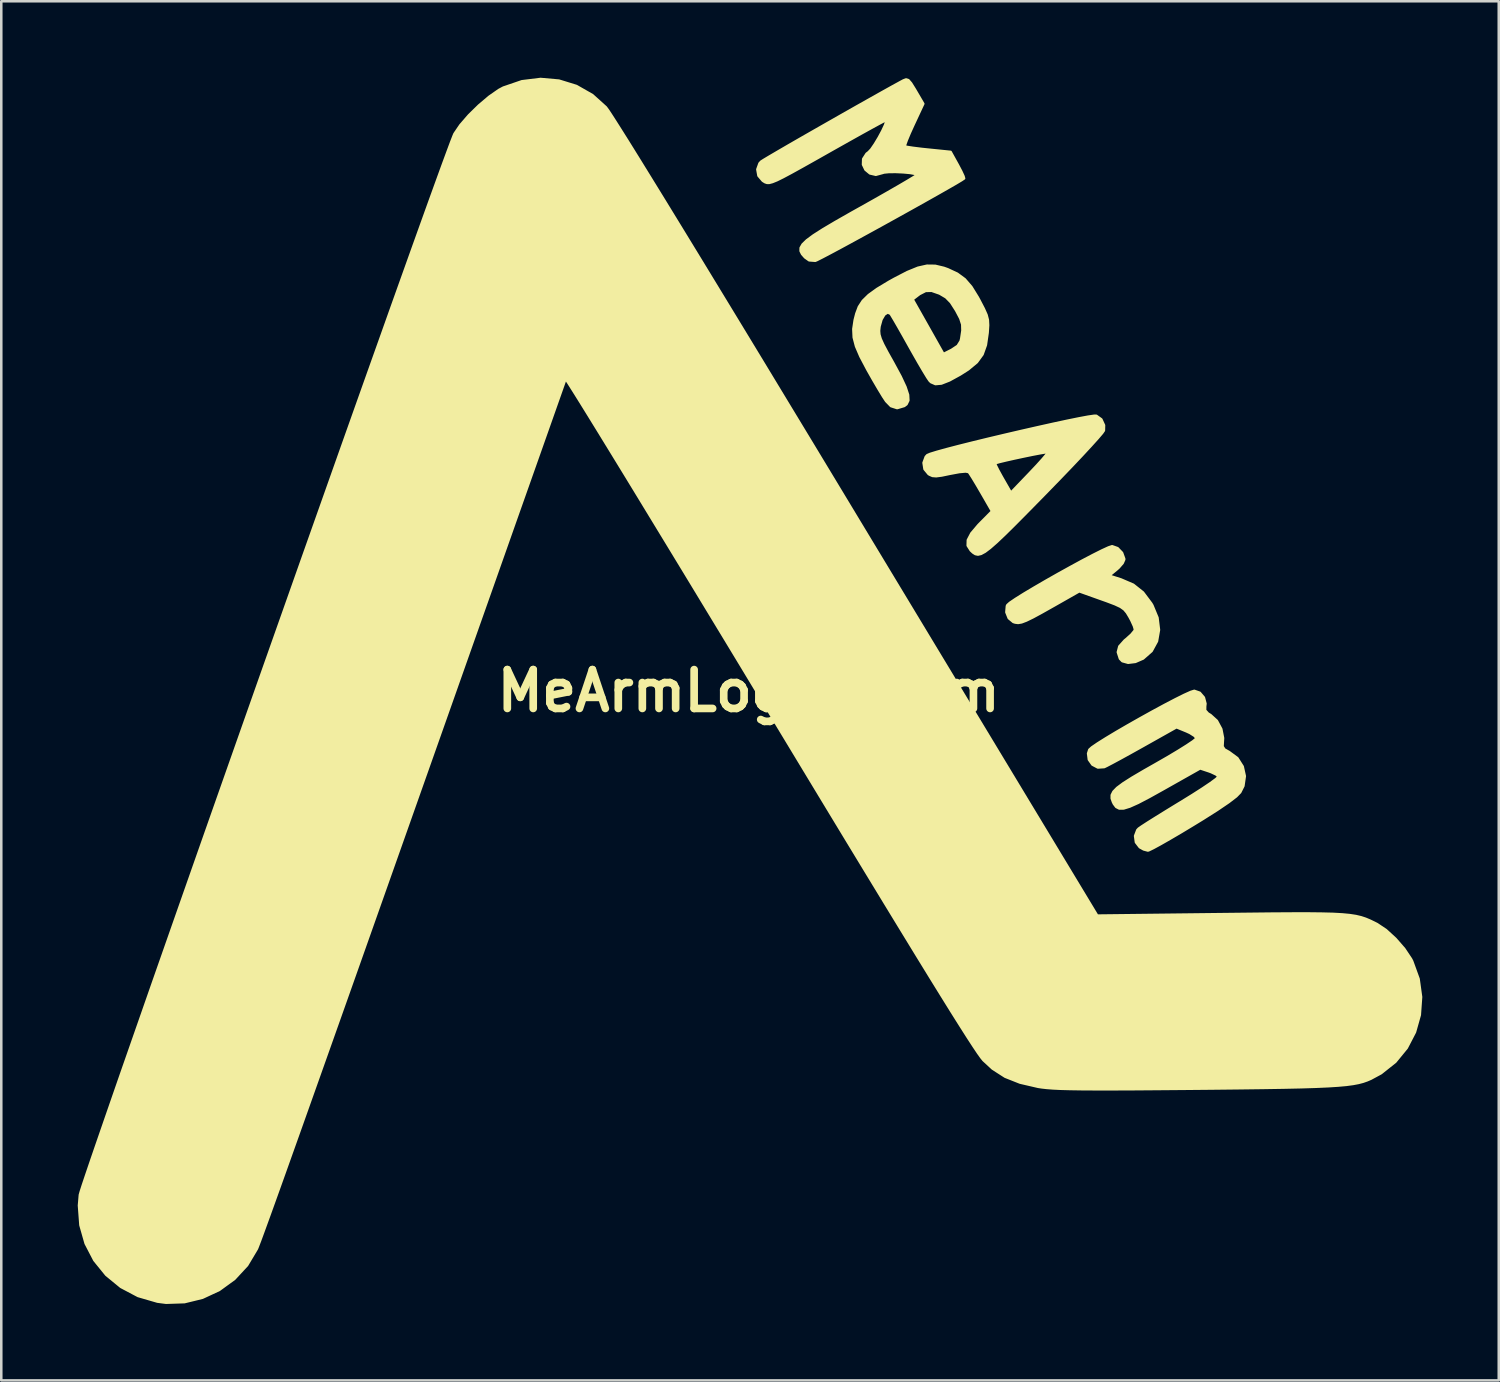
<source format=kicad_pcb>
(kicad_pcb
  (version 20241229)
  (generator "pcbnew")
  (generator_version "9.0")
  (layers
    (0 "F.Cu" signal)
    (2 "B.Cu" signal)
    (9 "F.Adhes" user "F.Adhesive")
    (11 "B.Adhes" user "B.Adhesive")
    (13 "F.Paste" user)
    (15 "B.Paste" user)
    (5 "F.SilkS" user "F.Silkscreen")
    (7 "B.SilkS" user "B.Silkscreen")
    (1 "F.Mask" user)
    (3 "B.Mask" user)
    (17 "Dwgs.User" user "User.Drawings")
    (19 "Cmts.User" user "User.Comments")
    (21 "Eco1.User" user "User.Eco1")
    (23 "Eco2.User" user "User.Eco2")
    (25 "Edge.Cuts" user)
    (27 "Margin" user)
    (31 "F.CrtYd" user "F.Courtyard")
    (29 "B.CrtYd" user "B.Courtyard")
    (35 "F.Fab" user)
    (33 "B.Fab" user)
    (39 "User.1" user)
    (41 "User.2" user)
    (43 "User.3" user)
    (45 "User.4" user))
  (footprint "MeArmLogo50mm"
    (layer "F.Cu")
    (at 26.325 24.056)
    (property "Reference" "MeArmLogo50mm" (at 0 0 0) (layer "F.SilkS") (effects (font (size 1.524 1.524) (thickness 0.3))))
    (attr through_hole)
    (fp_poly (pts (xy 16.095 -2.393) (xy 16.017 -1.947) (xy 15.807 -1.563) (xy 15.474 -1.27) (xy 15.172 -1.139) (xy 14.886 -1.104) (xy 14.661 -1.166) (xy 14.566 -1.264) (xy 14.484 -1.518) (xy 14.543 -1.746) (xy 14.752 -1.979) (xy 14.817 -2.032) (xy 15.011 -2.206) (xy 15.134 -2.354) (xy 15.155 -2.409) (xy 15.116 -2.542) (xy 15.017 -2.76) (xy 14.942 -2.9) (xy 14.84 -3.07) (xy 14.735 -3.195) (xy 14.591 -3.298) (xy 14.373 -3.4) (xy 14.046 -3.524) (xy 13.849 -3.594) (xy 12.969 -3.908) (xy 11.979 -3.345) (xy 11.503 -3.077) (xy 11.149 -2.885) (xy 10.892 -2.76) (xy 10.707 -2.69) (xy 10.57 -2.667) (xy 10.456 -2.681) (xy 10.382 -2.705) (xy 10.204 -2.853) (xy 10.111 -3.085) (xy 10.131 -3.326) (xy 10.15 -3.367) (xy 10.248 -3.455) (xy 10.472 -3.607) (xy 10.797 -3.811) (xy 11.2 -4.051) (xy 11.654 -4.315) (xy 12.137 -4.589) (xy 12.624 -4.859) (xy 13.089 -5.112) (xy 13.51 -5.333) (xy 13.861 -5.509) (xy 14.118 -5.627) (xy 14.256 -5.673) (xy 14.26 -5.673) (xy 14.472 -5.598) (xy 14.647 -5.416) (xy 14.731 -5.184) (xy 14.732 -5.152) (xy 14.671 -5.014) (xy 14.516 -4.835) (xy 14.435 -4.763) (xy 14.139 -4.519) (xy 14.602 -4.372) (xy 15.087 -4.164) (xy 15.469 -3.861) (xy 15.792 -3.43) (xy 15.837 -3.354) (xy 16.037 -2.871) (xy 16.095 -2.393)) (stroke (width 0.1) (type solid)) (fill yes) (layer "F.SilkS"))
    (fp_poly (pts (xy 13.94 -10.421) (xy 13.935 -10.216) (xy 13.866 -10.116) (xy 13.691 -9.911) (xy 13.423 -9.614) (xy 13.076 -9.239) (xy 12.662 -8.801) (xy 12.194 -8.314) (xy 11.744 -7.851) (xy 11.744 -9.364) (xy 11.743 -9.367) (xy 11.655 -9.361) (xy 11.441 -9.325) (xy 11.14 -9.268) (xy 10.791 -9.196) (xy 10.432 -9.119) (xy 10.103 -9.045) (xy 9.842 -8.982) (xy 9.689 -8.938) (xy 9.667 -8.928) (xy 9.692 -8.85) (xy 9.785 -8.662) (xy 9.927 -8.403) (xy 9.963 -8.34) (xy 10.287 -7.774) (xy 11.033 -8.552) (xy 11.311 -8.847) (xy 11.536 -9.097) (xy 11.687 -9.277) (xy 11.744 -9.364) (xy 11.744 -7.851) (xy 11.687 -7.792) (xy 11.578 -7.681) (xy 10.969 -7.061) (xy 10.466 -6.553) (xy 10.057 -6.148) (xy 9.729 -5.837) (xy 9.471 -5.611) (xy 9.271 -5.46) (xy 9.116 -5.376) (xy 8.994 -5.348) (xy 8.893 -5.369) (xy 8.802 -5.428) (xy 8.713 -5.511) (xy 8.593 -5.7) (xy 8.599 -5.917) (xy 8.737 -6.181) (xy 9.014 -6.508) (xy 9.097 -6.593) (xy 9.548 -7.048) (xy 9.127 -7.779) (xy 8.941 -8.097) (xy 8.781 -8.362) (xy 8.668 -8.538) (xy 8.632 -8.586) (xy 8.512 -8.609) (xy 8.26 -8.586) (xy 7.91 -8.521) (xy 7.908 -8.521) (xy 7.573 -8.451) (xy 7.356 -8.423) (xy 7.212 -8.434) (xy 7.096 -8.485) (xy 7.058 -8.509) (xy 6.899 -8.701) (xy 6.861 -8.949) (xy 6.947 -9.182) (xy 7.006 -9.247) (xy 7.123 -9.297) (xy 7.383 -9.377) (xy 7.763 -9.482) (xy 8.242 -9.607) (xy 8.797 -9.746) (xy 9.405 -9.894) (xy 10.046 -10.046) (xy 10.695 -10.197) (xy 11.333 -10.342) (xy 11.935 -10.476) (xy 12.479 -10.593) (xy 12.945 -10.688) (xy 13.309 -10.756) (xy 13.549 -10.791) (xy 13.637 -10.793) (xy 13.834 -10.652) (xy 13.94 -10.421)) (stroke (width 0.1) (type solid)) (fill yes) (layer "F.SilkS"))
    (fp_poly (pts (xy 9.392 -14.348) (xy 9.375 -14.076) (xy 9.372 -14.043) (xy 9.304 -13.569) (xy 9.173 -13.201) (xy 8.952 -12.897) (xy 8.614 -12.616) (xy 8.387 -12.471) (xy 8.387 -14.138) (xy 8.38 -14.377) (xy 8.305 -14.61) (xy 8.149 -14.907) (xy 8.133 -14.935) (xy 7.935 -15.244) (xy 7.742 -15.442) (xy 7.505 -15.582) (xy 7.479 -15.594) (xy 7.177 -15.699) (xy 6.941 -15.693) (xy 6.703 -15.571) (xy 6.623 -15.511) (xy 6.429 -15.362) (xy 7.035 -14.289) (xy 7.64 -13.215) (xy 7.965 -13.38) (xy 8.2 -13.537) (xy 8.317 -13.726) (xy 8.34 -13.822) (xy 8.387 -14.138) (xy 8.387 -12.471) (xy 8.297 -12.414) (xy 7.876 -12.183) (xy 7.56 -12.059) (xy 7.327 -12.038) (xy 7.153 -12.114) (xy 7.096 -12.171) (xy 7.012 -12.294) (xy 6.864 -12.536) (xy 6.669 -12.868) (xy 6.445 -13.261) (xy 6.308 -13.504) (xy 6.078 -13.915) (xy 5.872 -14.278) (xy 5.706 -14.565) (xy 5.596 -14.749) (xy 5.564 -14.798) (xy 5.449 -14.849) (xy 5.322 -14.764) (xy 5.208 -14.571) (xy 5.132 -14.3) (xy 5.129 -14.279) (xy 5.113 -14.126) (xy 5.125 -13.981) (xy 5.175 -13.811) (xy 5.276 -13.588) (xy 5.44 -13.279) (xy 5.67 -12.868) (xy 5.958 -12.336) (xy 6.15 -11.924) (xy 6.251 -11.616) (xy 6.263 -11.395) (xy 6.191 -11.246) (xy 6.102 -11.179) (xy 5.824 -11.096) (xy 5.582 -11.174) (xy 5.394 -11.367) (xy 5.275 -11.546) (xy 5.099 -11.836) (xy 4.888 -12.196) (xy 4.666 -12.588) (xy 4.652 -12.613) (xy 4.387 -13.115) (xy 4.213 -13.519) (xy 4.122 -13.867) (xy 4.107 -14.197) (xy 4.16 -14.549) (xy 4.224 -14.799) (xy 4.324 -15.066) (xy 4.478 -15.303) (xy 4.709 -15.53) (xy 5.041 -15.77) (xy 5.496 -16.044) (xy 5.715 -16.166) (xy 6.227 -16.431) (xy 6.641 -16.6) (xy 6.993 -16.679) (xy 7.319 -16.675) (xy 7.656 -16.595) (xy 7.809 -16.54) (xy 8.181 -16.367) (xy 8.476 -16.15) (xy 8.733 -15.853) (xy 8.989 -15.438) (xy 9.05 -15.325) (xy 9.224 -14.991) (xy 9.33 -14.752) (xy 9.381 -14.555) (xy 9.392 -14.348)) (stroke (width 0.1) (type solid)) (fill yes) (layer "F.SilkS"))
    (fp_poly (pts (xy 19.463 3.345) (xy 19.408 3.73) (xy 19.283 3.978) (xy 19.128 4.137) (xy 18.831 4.365) (xy 18.39 4.665) (xy 17.801 5.038) (xy 17.441 5.258) (xy 16.962 5.547) (xy 16.525 5.803) (xy 16.155 6.014) (xy 15.872 6.168) (xy 15.699 6.252) (xy 15.661 6.263) (xy 15.497 6.219) (xy 15.344 6.134) (xy 15.194 5.939) (xy 15.161 5.691) (xy 15.248 5.462) (xy 15.303 5.403) (xy 15.419 5.322) (xy 15.655 5.169) (xy 15.988 4.96) (xy 16.393 4.709) (xy 16.847 4.431) (xy 16.958 4.364) (xy 17.407 4.087) (xy 17.799 3.836) (xy 18.115 3.623) (xy 18.332 3.464) (xy 18.431 3.373) (xy 18.435 3.361) (xy 18.342 3.28) (xy 18.146 3.187) (xy 18.059 3.155) (xy 17.713 3.04) (xy 16.265 3.857) (xy 15.708 4.167) (xy 15.276 4.393) (xy 14.95 4.539) (xy 14.712 4.612) (xy 14.541 4.615) (xy 14.42 4.553) (xy 14.329 4.432) (xy 14.293 4.359) (xy 14.244 4.219) (xy 14.245 4.089) (xy 14.311 3.956) (xy 14.455 3.807) (xy 14.694 3.629) (xy 15.041 3.408) (xy 15.512 3.131) (xy 15.966 2.873) (xy 16.436 2.603) (xy 16.851 2.355) (xy 17.191 2.142) (xy 17.433 1.979) (xy 17.557 1.878) (xy 17.568 1.858) (xy 17.496 1.766) (xy 17.313 1.65) (xy 17.176 1.587) (xy 16.784 1.426) (xy 15.44 2.181) (xy 15.001 2.426) (xy 14.605 2.644) (xy 14.279 2.82) (xy 14.05 2.94) (xy 13.948 2.989) (xy 13.699 3.005) (xy 13.486 2.893) (xy 13.347 2.696) (xy 13.317 2.455) (xy 13.365 2.308) (xy 13.465 2.218) (xy 13.691 2.063) (xy 14.018 1.858) (xy 14.422 1.615) (xy 14.878 1.35) (xy 15.362 1.076) (xy 15.85 0.805) (xy 16.316 0.553) (xy 16.737 0.333) (xy 17.088 0.158) (xy 17.344 0.043) (xy 17.481 0.000013) (xy 17.483 0) (xy 17.697 0.075) (xy 17.857 0.261) (xy 17.92 0.501) (xy 17.908 0.605) (xy 17.906 0.763) (xy 18.018 0.888) (xy 18.12 0.951) (xy 18.367 1.175) (xy 18.54 1.497) (xy 18.609 1.851) (xy 18.6 1.995) (xy 18.59 2.181) (xy 18.664 2.297) (xy 18.846 2.4) (xy 19.171 2.639) (xy 19.38 2.968) (xy 19.463 3.345)) (stroke (width 0.1) (type solid)) (fill yes) (layer "F.SilkS"))
    (fp_poly (pts (xy 8.45 -20.105) (xy 8.449 -20.105) (xy 8.351 -20.039) (xy 8.124 -19.903) (xy 7.788 -19.71) (xy 7.364 -19.469) (xy 6.872 -19.192) (xy 6.332 -18.89) (xy 5.763 -18.574) (xy 5.187 -18.255) (xy 4.622 -17.945) (xy 4.09 -17.654) (xy 3.609 -17.393) (xy 3.2 -17.174) (xy 2.884 -17.008) (xy 2.68 -16.905) (xy 2.612 -16.876) (xy 2.372 -16.894) (xy 2.21 -17.009) (xy 2.097 -17.137) (xy 2.037 -17.257) (xy 2.039 -17.381) (xy 2.117 -17.517) (xy 2.281 -17.677) (xy 2.542 -17.87) (xy 2.913 -18.107) (xy 3.404 -18.398) (xy 4.027 -18.753) (xy 4.406 -18.965) (xy 4.959 -19.276) (xy 5.461 -19.562) (xy 5.894 -19.811) (xy 6.239 -20.014) (xy 6.479 -20.159) (xy 6.595 -20.236) (xy 6.602 -20.244) (xy 6.527 -20.286) (xy 6.331 -20.322) (xy 6.063 -20.347) (xy 5.77 -20.36) (xy 5.502 -20.358) (xy 5.307 -20.339) (xy 5.251 -20.321) (xy 4.988 -20.25) (xy 4.757 -20.304) (xy 4.582 -20.449) (xy 4.486 -20.649) (xy 4.493 -20.869) (xy 4.626 -21.075) (xy 4.704 -21.135) (xy 4.81 -21.248) (xy 4.951 -21.454) (xy 5.104 -21.709) (xy 5.246 -21.973) (xy 5.353 -22.203) (xy 5.404 -22.358) (xy 5.398 -22.397) (xy 5.322 -22.362) (xy 5.117 -22.253) (xy 4.803 -22.082) (xy 4.398 -21.858) (xy 3.921 -21.591) (xy 3.391 -21.293) (xy 3.302 -21.243) (xy 2.632 -20.864) (xy 2.094 -20.562) (xy 1.671 -20.328) (xy 1.347 -20.155) (xy 1.106 -20.036) (xy 0.931 -19.965) (xy 0.806 -19.932) (xy 0.716 -19.933) (xy 0.643 -19.958) (xy 0.573 -20.001) (xy 0.551 -20.016) (xy 0.384 -20.212) (xy 0.34 -20.46) (xy 0.425 -20.696) (xy 0.487 -20.764) (xy 0.583 -20.826) (xy 0.807 -20.96) (xy 1.138 -21.154) (xy 1.556 -21.397) (xy 2.042 -21.677) (xy 2.575 -21.982) (xy 3.136 -22.302) (xy 3.703 -22.625) (xy 4.257 -22.939) (xy 4.779 -23.233) (xy 5.247 -23.496) (xy 5.642 -23.716) (xy 5.943 -23.881) (xy 6.07 -23.949) (xy 6.175 -23.989) (xy 6.264 -23.961) (xy 6.368 -23.842) (xy 6.516 -23.604) (xy 6.553 -23.541) (xy 6.849 -23.035) (xy 6.468 -22.219) (xy 6.315 -21.882) (xy 6.199 -21.604) (xy 6.134 -21.42) (xy 6.126 -21.363) (xy 6.221 -21.339) (xy 6.448 -21.304) (xy 6.77 -21.264) (xy 7.044 -21.235) (xy 7.922 -21.146) (xy 8.202 -20.641) (xy 8.337 -20.385) (xy 8.426 -20.193) (xy 8.45 -20.105)) (stroke (width 0.1) (type solid)) (fill yes) (layer "F.SilkS"))
    (fp_poly (pts (xy 26.379 12.011) (xy 26.329 12.715) (xy 26.139 13.388) (xy 25.817 14.008) (xy 25.371 14.553) (xy 24.809 15) (xy 24.409 15.216) (xy 24.262 15.279) (xy 24.104 15.334) (xy 23.924 15.381) (xy 23.708 15.422) (xy 23.444 15.457) (xy 23.121 15.486) (xy 22.725 15.511) (xy 22.244 15.532) (xy 21.665 15.55) (xy 20.977 15.565) (xy 20.167 15.578) (xy 19.222 15.59) (xy 18.13 15.602) (xy 17.144 15.611) (xy 16.046 15.62) (xy 15.103 15.627) (xy 14.301 15.63) (xy 13.627 15.63) (xy 13.067 15.627) (xy 12.606 15.62) (xy 12.232 15.61) (xy 11.929 15.595) (xy 11.684 15.576) (xy 11.484 15.553) (xy 11.355 15.533) (xy 10.645 15.368) (xy 10.062 15.137) (xy 9.57 14.821) (xy 9.211 14.489) (xy 9.127 14.385) (xy 8.997 14.203) (xy 8.819 13.937) (xy 8.59 13.585) (xy 8.307 13.14) (xy 7.967 12.6) (xy 7.568 11.958) (xy 7.107 11.212) (xy 6.581 10.356) (xy 5.988 9.386) (xy 5.324 8.297) (xy 4.587 7.085) (xy 3.774 5.747) (xy 2.883 4.276) (xy 1.911 2.669) (xy 0.854 0.921) (xy 0.804 0.838) (xy -0.023 -0.531) (xy -0.827 -1.86) (xy -1.604 -3.141) (xy -2.348 -4.368) (xy -3.056 -5.533) (xy -3.723 -6.629) (xy -4.344 -7.649) (xy -4.916 -8.586) (xy -5.434 -9.432) (xy -5.894 -10.182) (xy -6.291 -10.826) (xy -6.621 -11.359) (xy -6.88 -11.773) (xy -7.063 -12.062) (xy -7.165 -12.217) (xy -7.187 -12.243) (xy -8.204 -9.362) (xy -9.167 -6.638) (xy -10.075 -4.066) (xy -10.932 -1.642) (xy -11.737 0.637) (xy -12.493 2.776) (xy -13.201 4.778) (xy -13.862 6.647) (xy -14.477 8.386) (xy -15.048 10) (xy -15.576 11.492) (xy -16.063 12.866) (xy -16.51 14.126) (xy -16.918 15.275) (xy -17.289 16.319) (xy -17.623 17.259) (xy -17.923 18.1) (xy -18.189 18.847) (xy -18.423 19.501) (xy -18.627 20.069) (xy -18.801 20.552) (xy -18.948 20.956) (xy -19.067 21.283) (xy -19.161 21.539) (xy -19.232 21.725) (xy -19.279 21.847) (xy -19.301 21.897) (xy -19.68 22.532) (xy -20.179 23.071) (xy -20.771 23.501) (xy -21.432 23.809) (xy -22.136 23.981) (xy -22.86 24.005) (xy -23.199 23.961) (xy -23.958 23.74) (xy -24.631 23.384) (xy -25.207 22.911) (xy -25.672 22.338) (xy -26.013 21.682) (xy -26.218 20.961) (xy -26.275 20.192) (xy -26.24 19.774) (xy -26.207 19.655) (xy -26.12 19.384) (xy -25.981 18.97) (xy -25.795 18.422) (xy -25.563 17.747) (xy -25.289 16.953) (xy -24.976 16.049) (xy -24.627 15.043) (xy -24.243 13.944) (xy -23.829 12.759) (xy -23.388 11.496) (xy -22.921 10.165) (xy -22.433 8.773) (xy -21.925 7.327) (xy -21.402 5.838) (xy -20.865 4.312) (xy -20.318 2.759) (xy -19.763 1.185) (xy -19.204 -0.4) (xy -18.643 -1.988) (xy -18.083 -3.572) (xy -17.528 -5.142) (xy -16.979 -6.691) (xy -16.441 -8.21) (xy -15.916 -9.692) (xy -15.406 -11.128) (xy -14.915 -12.509) (xy -14.445 -13.828) (xy -14.001 -15.076) (xy -13.583 -16.246) (xy -13.196 -17.328) (xy -12.842 -18.315) (xy -12.524 -19.199) (xy -12.245 -19.97) (xy -12.008 -20.622) (xy -11.815 -21.146) (xy -11.671 -21.533) (xy -11.577 -21.775) (xy -11.541 -21.859) (xy -11.308 -22.201) (xy -10.975 -22.585) (xy -10.584 -22.968) (xy -10.177 -23.312) (xy -9.798 -23.576) (xy -9.625 -23.668) (xy -8.899 -23.916) (xy -8.165 -24.006) (xy -7.445 -23.942) (xy -6.761 -23.731) (xy -6.134 -23.374) (xy -5.605 -22.897) (xy -5.514 -22.773) (xy -5.34 -22.507) (xy -5.083 -22.103) (xy -4.745 -21.566) (xy -4.331 -20.899) (xy -3.841 -20.105) (xy -3.278 -19.19) (xy -2.645 -18.156) (xy -1.943 -17.007) (xy -1.176 -15.747) (xy -0.345 -14.381) (xy 0.547 -12.912) (xy 1.497 -11.343) (xy 2.505 -9.679) (xy 3.566 -7.923) (xy 4.233 -6.818) (xy 13.674 8.818) (xy 18.516 8.762) (xy 19.589 8.75) (xy 20.508 8.74) (xy 21.286 8.735) (xy 21.939 8.734) (xy 22.48 8.74) (xy 22.925 8.751) (xy 23.287 8.771) (xy 23.582 8.799) (xy 23.823 8.836) (xy 24.026 8.884) (xy 24.204 8.943) (xy 24.373 9.014) (xy 24.547 9.098) (xy 24.652 9.151) (xy 25.004 9.387) (xy 25.375 9.727) (xy 25.718 10.12) (xy 25.983 10.517) (xy 26.028 10.603) (xy 26.281 11.3) (xy 26.379 12.011)) (stroke (width 0.1) (type solid)) (fill yes) (layer "F.SilkS")))
  (gr_rect
    (start -3 -3)
    (end 55.753 51.11)
    (stroke (width 0.1) (type default))
    (fill no)
    (layer "Edge.Cuts")))
</source>
